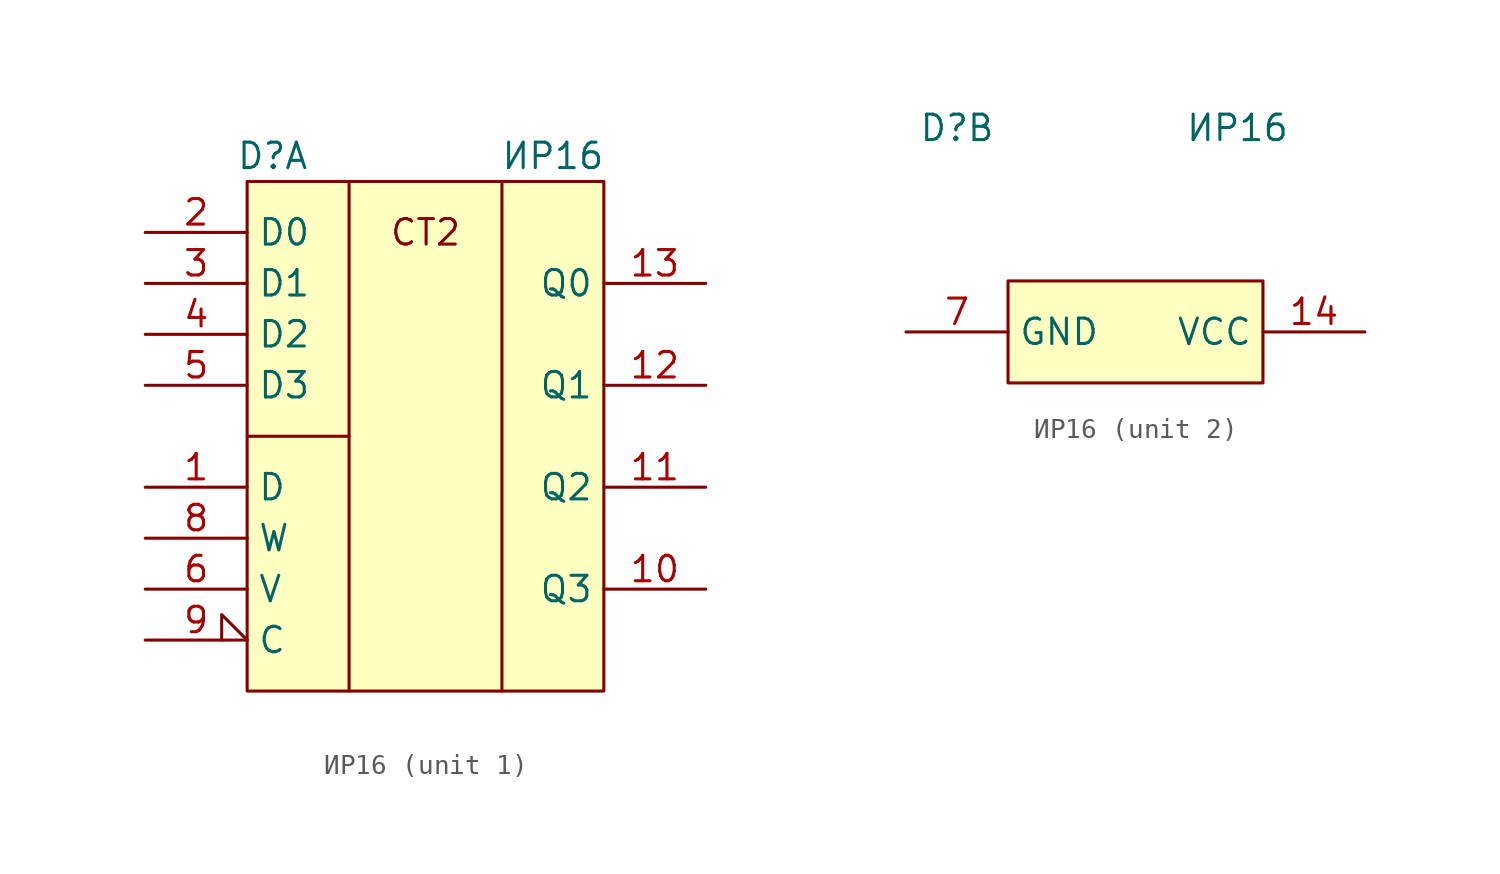
<source format=kicad_sym>
(kicad_symbol_lib
  (version 20231120)
  (generator "kicad_symbol_editor")
  (generator_version "8.0")
  (symbol "ИР16"
    (property "Reference" "D"
      (at -7.62 -3.81 0)
      (effects (font (size 1.27 1.27))))
    (property "Value" "ИР16"
      (at 6.35 -3.81 0)
      (effects (font (size 1.27 1.27))))
    (property "ki_locked" ""
      (at 0 0 0)
      (effects (font (size 1.27 1.27))))
    (symbol "ИР16_1_1"
      (rectangle (start -8.89 -5.08) (end 8.89 -30.48) (stroke (width 0) (type default)) (fill (type background)))
      (polyline (pts (xy -8.89 -17.78) (xy -3.81 -17.78)) (stroke (width 0) (type default)) (fill (type none)))
      (polyline (pts (xy -3.81 -5.08) (xy -3.81 -30.48)) (stroke (width 0) (type default)) (fill (type none)))
      (polyline (pts (xy 3.81 -5.08) (xy 3.81 -30.48)) (stroke (width 0) (type default)) (fill (type none)))
      (text "CT2" (at 0 -7.62 0) (effects (font (size 1.27 1.27))))
      (pin input line (at -13.97 -20.32 0) (length 5.08) (name "D" (effects (font (size 1.27 1.27)))) (number "1" (effects (font (size 1.27 1.27)))))
      (pin output line (at 13.97 -25.4 180) (length 5.08) (name "Q3" (effects (font (size 1.27 1.27)))) (number "10" (effects (font (size 1.27 1.27)))))
      (pin output line (at 13.97 -20.32 180) (length 5.08) (name "Q2" (effects (font (size 1.27 1.27)))) (number "11" (effects (font (size 1.27 1.27)))))
      (pin output line (at 13.97 -15.24 180) (length 5.08) (name "Q1" (effects (font (size 1.27 1.27)))) (number "12" (effects (font (size 1.27 1.27)))))
      (pin output line (at 13.97 -10.16 180) (length 5.08) (name "Q0" (effects (font (size 1.27 1.27)))) (number "13" (effects (font (size 1.27 1.27)))))
      (pin input line (at -13.97 -7.62 0) (length 5.08) (name "D0" (effects (font (size 1.27 1.27)))) (number "2" (effects (font (size 1.27 1.27)))))
      (pin input line (at -13.97 -10.16 0) (length 5.08) (name "D1" (effects (font (size 1.27 1.27)))) (number "3" (effects (font (size 1.27 1.27)))))
      (pin input line (at -13.97 -12.7 0) (length 5.08) (name "D2" (effects (font (size 1.27 1.27)))) (number "4" (effects (font (size 1.27 1.27)))))
      (pin input line (at -13.97 -15.24 0) (length 5.08) (name "D3" (effects (font (size 1.27 1.27)))) (number "5" (effects (font (size 1.27 1.27)))))
      (pin input line (at -13.97 -25.4 0) (length 5.08) (name "V" (effects (font (size 1.27 1.27)))) (number "6" (effects (font (size 1.27 1.27)))))
      (pin input line (at -13.97 -22.86 0) (length 5.08) (name "W" (effects (font (size 1.27 1.27)))) (number "8" (effects (font (size 1.27 1.27)))))
      (pin input input_low (at -13.97 -27.94 0) (length 5.08) (name "C" (effects (font (size 1.27 1.27)))) (number "9" (effects (font (size 1.27 1.27))))))
    (symbol "ИР16_2_0"
      (rectangle (start -5.08 -11.43) (end 7.62 -16.51) (stroke (width 0) (type default)) (fill (type background))))
    (symbol "ИР16_2_1"
      (pin power_in line (at 12.7 -13.97 180) (length 5.08) (name "VCC" (effects (font (size 1.27 1.27)))) (number "14" (effects (font (size 1.27 1.27)))))
      (pin power_in line (at -10.16 -13.97 0) (length 5.08) (name "GND" (effects (font (size 1.27 1.27)))) (number "7" (effects (font (size 1.27 1.27))))))))
</source>
